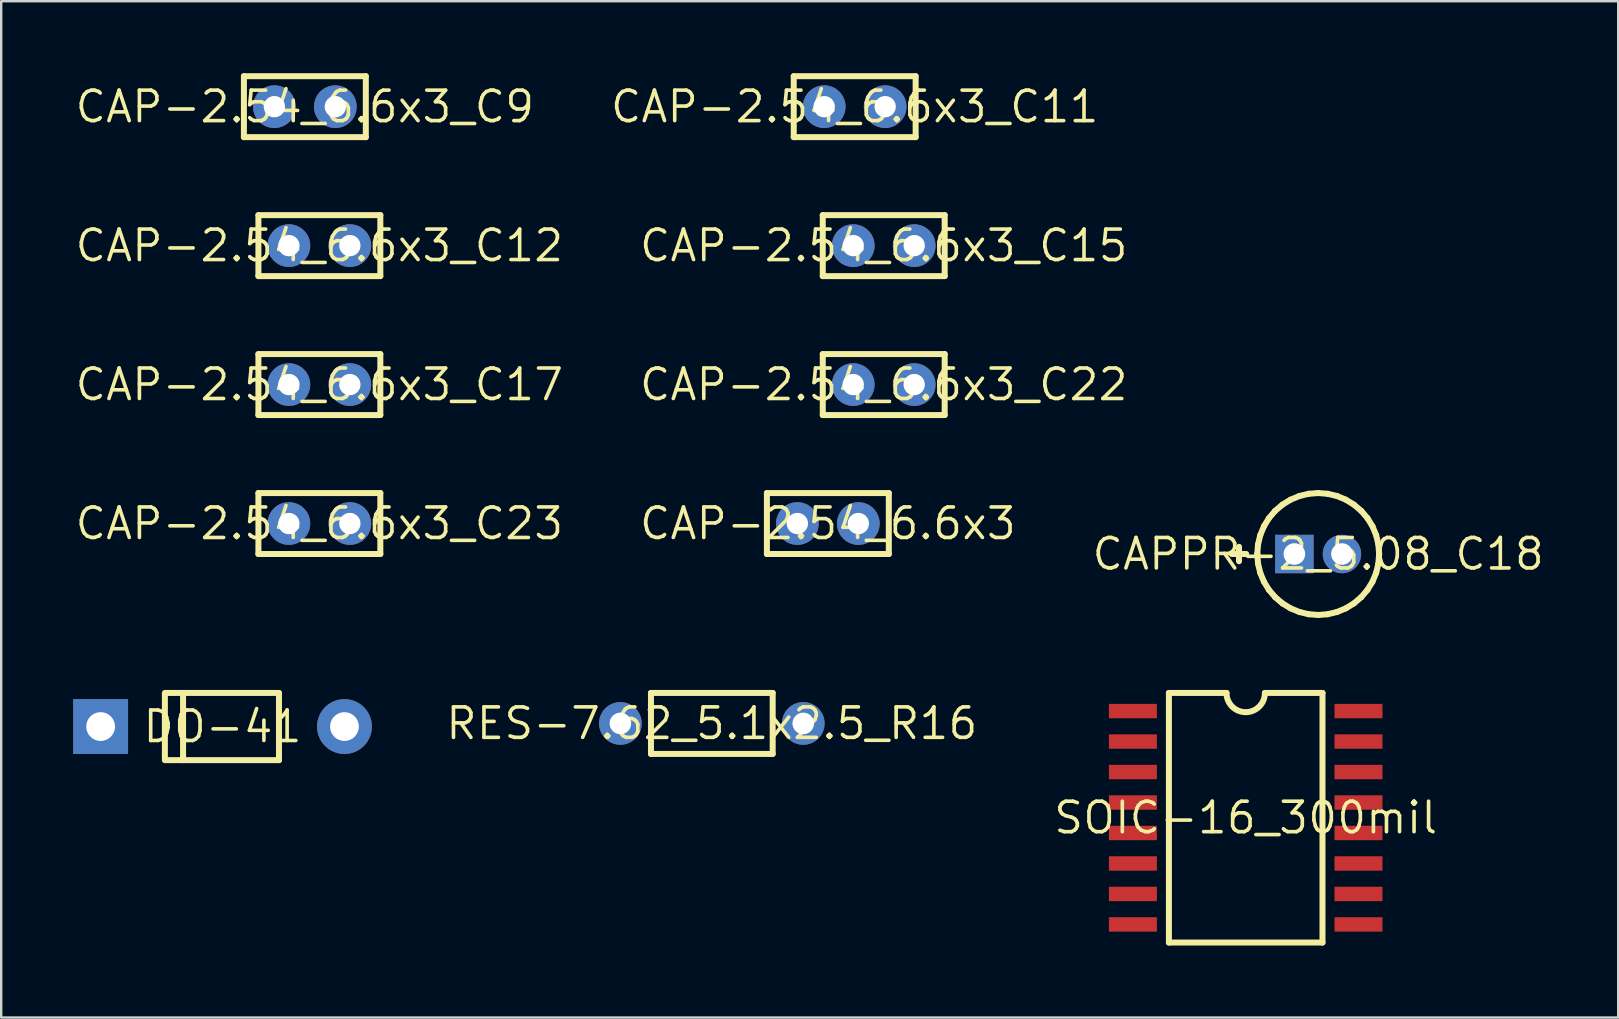
<source format=kicad_pcb>
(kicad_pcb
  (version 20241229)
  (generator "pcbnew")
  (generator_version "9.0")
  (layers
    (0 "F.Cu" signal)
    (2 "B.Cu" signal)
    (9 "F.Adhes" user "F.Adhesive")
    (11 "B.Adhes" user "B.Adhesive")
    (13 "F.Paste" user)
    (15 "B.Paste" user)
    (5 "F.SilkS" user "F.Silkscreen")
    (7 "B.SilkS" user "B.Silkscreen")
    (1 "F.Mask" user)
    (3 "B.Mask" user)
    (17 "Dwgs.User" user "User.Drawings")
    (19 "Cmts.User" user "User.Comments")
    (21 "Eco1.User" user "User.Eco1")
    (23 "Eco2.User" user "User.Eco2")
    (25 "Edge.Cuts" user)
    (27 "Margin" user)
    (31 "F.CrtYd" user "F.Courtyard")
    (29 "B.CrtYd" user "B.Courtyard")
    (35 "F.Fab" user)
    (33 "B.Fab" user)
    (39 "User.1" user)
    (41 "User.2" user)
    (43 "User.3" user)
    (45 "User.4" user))
  (footprint "RES-7.62_5.1x2.5_R16"
    (layer "F.Cu")
    (at 26.611 27.095)
    (property "Reference" "RES-7.62_5.1x2.5_R16" (at 0 0 0) (layer "F.SilkS") (effects (font (size 1.27 1.27) (thickness 0.15))))
    (fp_line (start -2.536 -1.27) (end 2.536 -1.27) (stroke (width 0.25) (type solid)) (layer "F.SilkS"))
    (fp_line (start -2.536 1.27) (end -2.536 -1.27) (stroke (width 0.25) (type solid)) (layer "F.SilkS"))
    (fp_line (start -2.536 1.27) (end 2.536 1.27) (stroke (width 0.25) (type solid)) (layer "F.SilkS"))
    (fp_line (start 2.536 1.27) (end 2.536 -1.27) (stroke (width 0.25) (type solid)) (layer "F.SilkS"))
    (pad "1" thru_hole circle (at -3.81 0) (size 1.778 1.778) (drill 0.9) (layers "*.Cu" "*.Mask"))
    (pad "2" thru_hole circle (at 3.81 0) (size 1.778 1.778) (drill 0.9) (layers "*.Cu" "*.Mask")))
  (footprint "SOIC-16_300mil"
    (layer "F.Cu")
    (at 48.857 31.025)
    (property "Reference" "SOIC-16_300mil" (at 0 0 0) (layer "F.SilkS") (effects (font (size 1.27 1.27) (thickness 0.15))))
    (fp_line (start -3.2 -5.2) (end -3.2 5.2) (stroke (width 0.25) (type solid)) (layer "F.SilkS"))
    (fp_line (start -3.2 -5.2) (end -0.8 -5.2) (stroke (width 0.25) (type solid)) (layer "F.SilkS"))
    (fp_line (start -3.2 5.2) (end 3.2 5.2) (stroke (width 0.25) (type solid)) (layer "F.SilkS"))
    (fp_line (start 0.8 -5.2) (end 3.2 -5.2) (stroke (width 0.25) (type solid)) (layer "F.SilkS"))
    (fp_line (start 3.2 -5.2) (end 3.2 5.2) (stroke (width 0.25) (type solid)) (layer "F.SilkS"))
    (fp_arc (start 0.8 -5.2) (mid 0 -4.400525) (end -0.8 -5.2) (stroke (width 0.25) (type solid)) (layer "F.SilkS"))
    (pad "1" smd rect (at -4.7 -4.445 90) (size 0.6 2) (layers "F.Cu" "F.Mask" "F.Paste"))
    (pad "2" smd rect (at -4.7 -3.175 90) (size 0.6 2) (layers "F.Cu" "F.Mask" "F.Paste"))
    (pad "3" smd rect (at -4.7 -1.905 90) (size 0.6 2) (layers "F.Cu" "F.Mask" "F.Paste"))
    (pad "4" smd rect (at -4.7 -0.635 90) (size 0.6 2) (layers "F.Cu" "F.Mask" "F.Paste"))
    (pad "5" smd rect (at -4.7 0.635 90) (size 0.6 2) (layers "F.Cu" "F.Mask" "F.Paste"))
    (pad "6" smd rect (at -4.7 1.905 90) (size 0.6 2) (layers "F.Cu" "F.Mask" "F.Paste"))
    (pad "7" smd rect (at -4.7 3.175 90) (size 0.6 2) (layers "F.Cu" "F.Mask" "F.Paste"))
    (pad "8" smd rect (at -4.7 4.445 90) (size 0.6 2) (layers "F.Cu" "F.Mask" "F.Paste"))
    (pad "9" smd rect (at 4.7 4.445 90) (size 0.6 2) (layers "F.Cu" "F.Mask" "F.Paste"))
    (pad "10" smd rect (at 4.7 3.175 90) (size 0.6 2) (layers "F.Cu" "F.Mask" "F.Paste"))
    (pad "11" smd rect (at 4.7 1.905 90) (size 0.6 2) (layers "F.Cu" "F.Mask" "F.Paste"))
    (pad "12" smd rect (at 4.7 0.635 90) (size 0.6 2) (layers "F.Cu" "F.Mask" "F.Paste"))
    (pad "13" smd rect (at 4.7 -0.635 90) (size 0.6 2) (layers "F.Cu" "F.Mask" "F.Paste"))
    (pad "14" smd rect (at 4.7 -1.905 90) (size 0.6 2) (layers "F.Cu" "F.Mask" "F.Paste"))
    (pad "15" smd rect (at 4.7 -3.175 90) (size 0.6 2) (layers "F.Cu" "F.Mask" "F.Paste"))
    (pad "16" smd rect (at 4.7 -4.445 90) (size 0.6 2) (layers "F.Cu" "F.Mask" "F.Paste")))
  (footprint "CAP-2.54_6.6x3_C12"
    (layer "F.Cu")
    (at 10.258 7.185)
    (property "Reference" "CAP-2.54_6.6x3_C12" (at 0 0 0) (layer "F.SilkS") (effects (font (size 1.27 1.27) (thickness 0.15))))
    (fp_line (start -2.54 -1.27) (end 2.54 -1.27) (stroke (width 0.25) (type solid)) (layer "F.SilkS"))
    (fp_line (start -2.54 1.27) (end -2.54 -1.27) (stroke (width 0.25) (type solid)) (layer "F.SilkS"))
    (fp_line (start 2.54 -1.27) (end 2.54 1.27) (stroke (width 0.25) (type solid)) (layer "F.SilkS"))
    (fp_line (start 2.54 1.27) (end -2.54 1.27) (stroke (width 0.25) (type solid)) (layer "F.SilkS"))
    (pad "1" thru_hole circle (at -1.27 0) (size 1.778 1.778) (drill 0.889) (layers "*.Cu" "*.Mask"))
    (pad "2" thru_hole circle (at 1.27 0) (size 1.778 1.778) (drill 0.889) (layers "*.Cu" "*.Mask")))
  (footprint "CAP-2.54_6.6x3_C22"
    (layer "F.Cu")
    (at 33.774 12.975)
    (property "Reference" "CAP-2.54_6.6x3_C22" (at 0 0 0) (layer "F.SilkS") (effects (font (size 1.27 1.27) (thickness 0.15))))
    (fp_line (start -2.54 -1.27) (end 2.54 -1.27) (stroke (width 0.25) (type solid)) (layer "F.SilkS"))
    (fp_line (start -2.54 1.27) (end -2.54 -1.27) (stroke (width 0.25) (type solid)) (layer "F.SilkS"))
    (fp_line (start 2.54 -1.27) (end 2.54 1.27) (stroke (width 0.25) (type solid)) (layer "F.SilkS"))
    (fp_line (start 2.54 1.27) (end -2.54 1.27) (stroke (width 0.25) (type solid)) (layer "F.SilkS"))
    (pad "1" thru_hole circle (at -1.27 0) (size 1.778 1.778) (drill 0.889) (layers "*.Cu" "*.Mask"))
    (pad "2" thru_hole circle (at 1.27 0) (size 1.778 1.778) (drill 0.889) (layers "*.Cu" "*.Mask")))
  (footprint "CAPPR-2_5.08_C18"
    (layer "F.Cu")
    (at 51.877 20.035)
    (property "Reference" "CAPPR-2_5.08_C18" (at 0 0 0) (layer "F.SilkS") (effects (font (size 1.27 1.27) (thickness 0.15))))
    (fp_line (start -3.599 0) (end -2.998 0) (stroke (width 0.25) (type solid)) (layer "F.SilkS"))
    (fp_line (start -3.298 0.3) (end -3.298 -0.3) (stroke (width 0.25) (type solid)) (layer "F.SilkS"))
    (fp_line (start -2.537 -0.002) (end -2.537 0.002) (stroke (width 0.25) (type solid)) (layer "F.SilkS"))
    (fp_line (start -2.537 0.002) (end -2.506 0.399) (stroke (width 0.25) (type solid)) (layer "F.SilkS"))
    (fp_line (start -2.506 -0.399) (end -2.537 -0.002) (stroke (width 0.25) (type solid)) (layer "F.SilkS"))
    (fp_line (start -2.506 0.399) (end -2.413 0.786) (stroke (width 0.25) (type solid)) (layer "F.SilkS"))
    (fp_line (start -2.413 -0.786) (end -2.506 -0.399) (stroke (width 0.25) (type solid)) (layer "F.SilkS"))
    (fp_line (start -2.413 0.786) (end -2.26 1.154) (stroke (width 0.25) (type solid)) (layer "F.SilkS"))
    (fp_line (start -2.26 -1.154) (end -2.413 -0.786) (stroke (width 0.25) (type solid)) (layer "F.SilkS"))
    (fp_line (start -2.26 1.154) (end -2.052 1.494) (stroke (width 0.25) (type solid)) (layer "F.SilkS"))
    (fp_line (start -2.052 -1.494) (end -2.26 -1.154) (stroke (width 0.25) (type solid)) (layer "F.SilkS"))
    (fp_line (start -2.052 1.494) (end -1.794 1.796) (stroke (width 0.25) (type solid)) (layer "F.SilkS"))
    (fp_line (start -1.794 -1.796) (end -2.052 -1.494) (stroke (width 0.25) (type solid)) (layer "F.SilkS"))
    (fp_line (start -1.794 1.796) (end -1.491 2.055) (stroke (width 0.25) (type solid)) (layer "F.SilkS"))
    (fp_line (start -1.491 -2.055) (end -1.794 -1.796) (stroke (width 0.25) (type solid)) (layer "F.SilkS"))
    (fp_line (start -1.491 2.055) (end -1.151 2.263) (stroke (width 0.25) (type solid)) (layer "F.SilkS"))
    (fp_line (start -1.151 -2.263) (end -1.491 -2.055) (stroke (width 0.25) (type solid)) (layer "F.SilkS"))
    (fp_line (start -1.151 2.263) (end -0.783 2.416) (stroke (width 0.25) (type solid)) (layer "F.SilkS"))
    (fp_line (start -0.783 -2.416) (end -1.151 -2.263) (stroke (width 0.25) (type solid)) (layer "F.SilkS"))
    (fp_line (start -0.783 2.416) (end -0.396 2.509) (stroke (width 0.25) (type solid)) (layer "F.SilkS"))
    (fp_line (start -0.396 -2.509) (end -0.783 -2.416) (stroke (width 0.25) (type solid)) (layer "F.SilkS"))
    (fp_line (start -0.396 2.509) (end 0.001 2.54) (stroke (width 0.25) (type solid)) (layer "F.SilkS"))
    (fp_line (start 0.001 -2.54) (end -0.396 -2.509) (stroke (width 0.25) (type solid)) (layer "F.SilkS"))
    (fp_line (start 0.001 2.54) (end 0.398 2.509) (stroke (width 0.25) (type solid)) (layer "F.SilkS"))
    (fp_line (start 0.398 -2.509) (end 0.001 -2.54) (stroke (width 0.25) (type solid)) (layer "F.SilkS"))
    (fp_line (start 0.398 2.509) (end 0.786 2.416) (stroke (width 0.25) (type solid)) (layer "F.SilkS"))
    (fp_line (start 0.786 -2.416) (end 0.398 -2.509) (stroke (width 0.25) (type solid)) (layer "F.SilkS"))
    (fp_line (start 0.786 2.416) (end 1.154 2.263) (stroke (width 0.25) (type solid)) (layer "F.SilkS"))
    (fp_line (start 1.154 -2.263) (end 0.786 -2.416) (stroke (width 0.25) (type solid)) (layer "F.SilkS"))
    (fp_line (start 1.154 2.263) (end 1.493 2.055) (stroke (width 0.25) (type solid)) (layer "F.SilkS"))
    (fp_line (start 1.493 -2.055) (end 1.154 -2.263) (stroke (width 0.25) (type solid)) (layer "F.SilkS"))
    (fp_line (start 1.493 2.055) (end 1.796 1.796) (stroke (width 0.25) (type solid)) (layer "F.SilkS"))
    (fp_line (start 1.796 -1.796) (end 1.493 -2.055) (stroke (width 0.25) (type solid)) (layer "F.SilkS"))
    (fp_line (start 1.796 1.796) (end 2.055 1.494) (stroke (width 0.25) (type solid)) (layer "F.SilkS"))
    (fp_line (start 2.055 -1.494) (end 1.796 -1.796) (stroke (width 0.25) (type solid)) (layer "F.SilkS"))
    (fp_line (start 2.055 1.494) (end 2.263 1.154) (stroke (width 0.25) (type solid)) (layer "F.SilkS"))
    (fp_line (start 2.263 -1.154) (end 2.055 -1.494) (stroke (width 0.25) (type solid)) (layer "F.SilkS"))
    (fp_line (start 2.263 1.154) (end 2.416 0.786) (stroke (width 0.25) (type solid)) (layer "F.SilkS"))
    (fp_line (start 2.416 -0.786) (end 2.263 -1.154) (stroke (width 0.25) (type solid)) (layer "F.SilkS"))
    (fp_line (start 2.416 0.786) (end 2.509 0.399) (stroke (width 0.25) (type solid)) (layer "F.SilkS"))
    (fp_line (start 2.509 -0.399) (end 2.416 -0.786) (stroke (width 0.25) (type solid)) (layer "F.SilkS"))
    (fp_line (start 2.509 0.399) (end 2.54 0.002) (stroke (width 0.25) (type solid)) (layer "F.SilkS"))
    (fp_line (start 2.54 -0.002) (end 2.509 -0.399) (stroke (width 0.25) (type solid)) (layer "F.SilkS"))
    (fp_line (start 2.54 0.002) (end 2.54 -0.002) (stroke (width 0.25) (type solid)) (layer "F.SilkS"))
    (pad "1" thru_hole rect (at -0.991 0) (size 1.6 1.6) (drill 0.9) (layers "*.Cu" "*.Mask"))
    (pad "2" thru_hole circle (at 0.991 0) (size 1.6 1.6) (drill 0.9) (layers "*.Cu" "*.Mask")))
  (footprint "CAP-2.54_6.6x3"
    (layer "F.Cu")
    (at 31.446 18.765)
    (property "Reference" "CAP-2.54_6.6x3" (at 0 0 0) (layer "F.SilkS") (effects (font (size 1.27 1.27) (thickness 0.15))))
    (fp_line (start -2.54 -1.27) (end 2.54 -1.27) (stroke (width 0.25) (type solid)) (layer "F.SilkS"))
    (fp_line (start -2.54 1.27) (end -2.54 -1.27) (stroke (width 0.25) (type solid)) (layer "F.SilkS"))
    (fp_line (start 2.54 -1.27) (end 2.54 1.27) (stroke (width 0.25) (type solid)) (layer "F.SilkS"))
    (fp_line (start 2.54 1.27) (end -2.54 1.27) (stroke (width 0.25) (type solid)) (layer "F.SilkS"))
    (pad "1" thru_hole circle (at -1.27 0) (size 1.778 1.778) (drill 0.889) (layers "*.Cu" "*.Mask"))
    (pad "2" thru_hole circle (at 1.27 0) (size 1.778 1.778) (drill 0.889) (layers "*.Cu" "*.Mask")))
  (footprint "CAP-2.54_6.6x3_C17"
    (layer "F.Cu")
    (at 10.258 12.975)
    (property "Reference" "CAP-2.54_6.6x3_C17" (at 0 0 0) (layer "F.SilkS") (effects (font (size 1.27 1.27) (thickness 0.15))))
    (fp_line (start -2.54 -1.27) (end 2.54 -1.27) (stroke (width 0.25) (type solid)) (layer "F.SilkS"))
    (fp_line (start -2.54 1.27) (end -2.54 -1.27) (stroke (width 0.25) (type solid)) (layer "F.SilkS"))
    (fp_line (start 2.54 -1.27) (end 2.54 1.27) (stroke (width 0.25) (type solid)) (layer "F.SilkS"))
    (fp_line (start 2.54 1.27) (end -2.54 1.27) (stroke (width 0.25) (type solid)) (layer "F.SilkS"))
    (pad "1" thru_hole circle (at -1.27 0) (size 1.778 1.778) (drill 0.889) (layers "*.Cu" "*.Mask"))
    (pad "2" thru_hole circle (at 1.27 0) (size 1.778 1.778) (drill 0.889) (layers "*.Cu" "*.Mask")))
  (footprint "CAP-2.54_6.6x3_C23"
    (layer "F.Cu")
    (at 10.258 18.765)
    (property "Reference" "CAP-2.54_6.6x3_C23" (at 0 0 0) (layer "F.SilkS") (effects (font (size 1.27 1.27) (thickness 0.15))))
    (fp_line (start -2.54 -1.27) (end 2.54 -1.27) (stroke (width 0.25) (type solid)) (layer "F.SilkS"))
    (fp_line (start -2.54 1.27) (end -2.54 -1.27) (stroke (width 0.25) (type solid)) (layer "F.SilkS"))
    (fp_line (start 2.54 -1.27) (end 2.54 1.27) (stroke (width 0.25) (type solid)) (layer "F.SilkS"))
    (fp_line (start 2.54 1.27) (end -2.54 1.27) (stroke (width 0.25) (type solid)) (layer "F.SilkS"))
    (pad "1" thru_hole circle (at -1.27 0) (size 1.778 1.778) (drill 0.889) (layers "*.Cu" "*.Mask"))
    (pad "2" thru_hole circle (at 1.27 0) (size 1.778 1.778) (drill 0.889) (layers "*.Cu" "*.Mask")))
  (footprint "CAP-2.54_6.6x3_C11"
    (layer "F.Cu")
    (at 32.564 1.395)
    (property "Reference" "CAP-2.54_6.6x3_C11" (at 0 0 0) (layer "F.SilkS") (effects (font (size 1.27 1.27) (thickness 0.15))))
    (fp_line (start -2.54 -1.27) (end 2.54 -1.27) (stroke (width 0.25) (type solid)) (layer "F.SilkS"))
    (fp_line (start -2.54 1.27) (end -2.54 -1.27) (stroke (width 0.25) (type solid)) (layer "F.SilkS"))
    (fp_line (start 2.54 -1.27) (end 2.54 1.27) (stroke (width 0.25) (type solid)) (layer "F.SilkS"))
    (fp_line (start 2.54 1.27) (end -2.54 1.27) (stroke (width 0.25) (type solid)) (layer "F.SilkS"))
    (pad "1" thru_hole circle (at -1.27 0) (size 1.778 1.778) (drill 0.889) (layers "*.Cu" "*.Mask"))
    (pad "2" thru_hole circle (at 1.27 0) (size 1.778 1.778) (drill 0.889) (layers "*.Cu" "*.Mask")))
  (footprint "DO-41"
    (layer "F.Cu")
    (at 6.223 27.225)
    (property "Reference" "DO-41" (at 0 0 0) (layer "F.SilkS") (effects (font (size 1.27 1.27) (thickness 0.15))))
    (fp_line (start -2.403 1.4) (end -2.403 -1.4) (stroke (width 0.25) (type solid)) (layer "F.SilkS"))
    (fp_line (start -2.351 -1.4) (end 2.351 -1.4) (stroke (width 0.25) (type solid)) (layer "F.SilkS"))
    (fp_line (start -2.351 1.4) (end 2.351 1.4) (stroke (width 0.25) (type solid)) (layer "F.SilkS"))
    (fp_line (start -1.645 1.4) (end -1.645 -1.4) (stroke (width 0.25) (type solid)) (layer "F.SilkS"))
    (fp_line (start 2.351 1.4) (end 2.351 -1.4) (stroke (width 0.25) (type solid)) (layer "F.SilkS"))
    (pad "1" thru_hole rect (at -5.08 0) (size 2.286 2.286) (drill 1.2) (layers "*.Cu" "*.Mask"))
    (pad "2" thru_hole circle (at 5.08 0) (size 2.286 2.286) (drill 1.2) (layers "*.Cu" "*.Mask")))
  (footprint "CAP-2.54_6.6x3_C15"
    (layer "F.Cu")
    (at 33.774 7.185)
    (property "Reference" "CAP-2.54_6.6x3_C15" (at 0 0 0) (layer "F.SilkS") (effects (font (size 1.27 1.27) (thickness 0.15))))
    (fp_line (start -2.54 -1.27) (end 2.54 -1.27) (stroke (width 0.25) (type solid)) (layer "F.SilkS"))
    (fp_line (start -2.54 1.27) (end -2.54 -1.27) (stroke (width 0.25) (type solid)) (layer "F.SilkS"))
    (fp_line (start 2.54 -1.27) (end 2.54 1.27) (stroke (width 0.25) (type solid)) (layer "F.SilkS"))
    (fp_line (start 2.54 1.27) (end -2.54 1.27) (stroke (width 0.25) (type solid)) (layer "F.SilkS"))
    (pad "1" thru_hole circle (at -1.27 0) (size 1.778 1.778) (drill 0.889) (layers "*.Cu" "*.Mask"))
    (pad "2" thru_hole circle (at 1.27 0) (size 1.778 1.778) (drill 0.889) (layers "*.Cu" "*.Mask")))
  (footprint "CAP-2.54_6.6x3_C9"
    (layer "F.Cu")
    (at 9.653 1.395)
    (property "Reference" "CAP-2.54_6.6x3_C9" (at 0 0 0) (layer "F.SilkS") (effects (font (size 1.27 1.27) (thickness 0.15))))
    (fp_line (start -2.54 -1.27) (end 2.54 -1.27) (stroke (width 0.25) (type solid)) (layer "F.SilkS"))
    (fp_line (start -2.54 1.27) (end -2.54 -1.27) (stroke (width 0.25) (type solid)) (layer "F.SilkS"))
    (fp_line (start 2.54 -1.27) (end 2.54 1.27) (stroke (width 0.25) (type solid)) (layer "F.SilkS"))
    (fp_line (start 2.54 1.27) (end -2.54 1.27) (stroke (width 0.25) (type solid)) (layer "F.SilkS"))
    (pad "1" thru_hole circle (at -1.27 0) (size 1.778 1.778) (drill 0.889) (layers "*.Cu" "*.Mask"))
    (pad "2" thru_hole circle (at 1.27 0) (size 1.778 1.778) (drill 0.889) (layers "*.Cu" "*.Mask")))
  (gr_rect
    (start -3 -3)
    (end 64.379 39.35)
    (stroke (width 0.1) (type default))
    (fill no)
    (layer "Edge.Cuts")))
</source>
